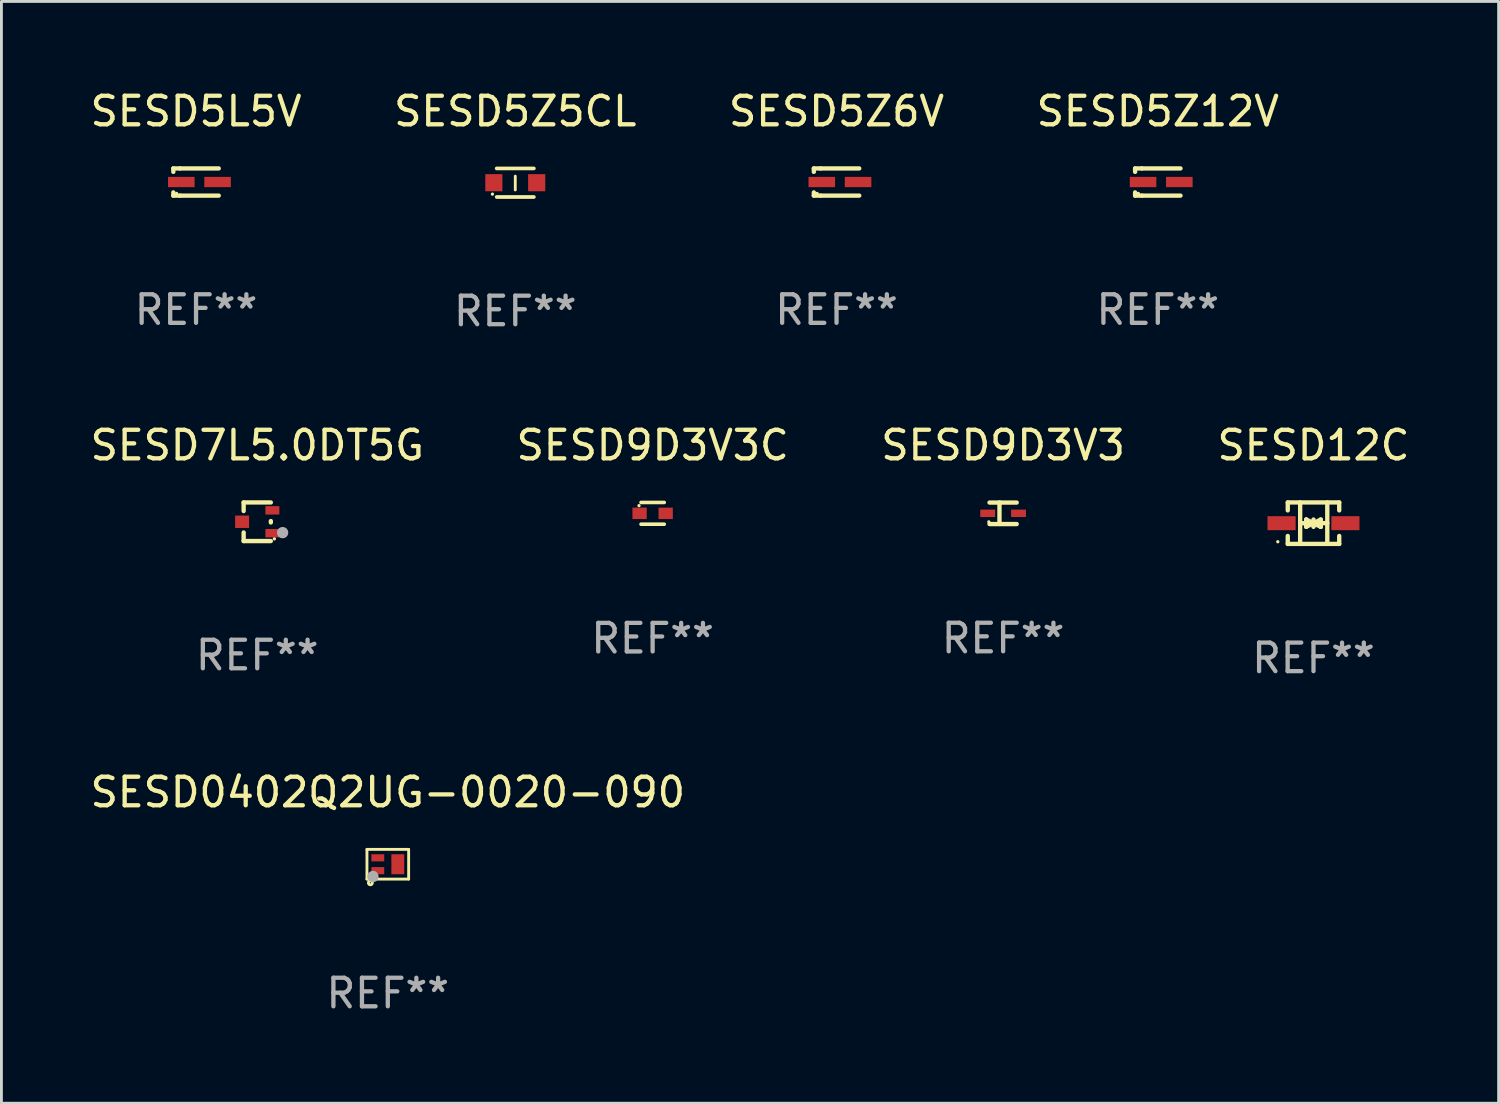
<source format=kicad_pcb>
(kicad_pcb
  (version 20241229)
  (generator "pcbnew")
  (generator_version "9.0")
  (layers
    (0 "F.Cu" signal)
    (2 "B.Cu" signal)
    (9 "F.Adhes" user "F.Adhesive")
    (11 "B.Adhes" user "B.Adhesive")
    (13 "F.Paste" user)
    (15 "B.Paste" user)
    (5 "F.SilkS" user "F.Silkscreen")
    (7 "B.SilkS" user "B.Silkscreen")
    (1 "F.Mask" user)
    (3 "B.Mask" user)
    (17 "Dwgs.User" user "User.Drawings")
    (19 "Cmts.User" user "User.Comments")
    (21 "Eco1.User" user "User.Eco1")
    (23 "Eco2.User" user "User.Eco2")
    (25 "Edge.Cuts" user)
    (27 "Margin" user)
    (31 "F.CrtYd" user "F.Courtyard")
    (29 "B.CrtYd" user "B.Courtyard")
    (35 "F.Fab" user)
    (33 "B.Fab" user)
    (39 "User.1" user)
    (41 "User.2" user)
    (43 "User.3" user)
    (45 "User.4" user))
  (footprint "SESD5Z12V"
    (layer "F.Cu")
    (at 37.494 3.324)
    (property "Reference" "SESD5Z12V" (at 0 -2.476 0) (layer "F.SilkS") (effects (font (size 1 1) (thickness 0.15))))
    (attr through_hole)
    (fp_line (start -0.795 -0.476) (end -0.795 -0.356) (stroke (width 0.152) (type solid)) (layer "F.SilkS"))
    (fp_line (start -0.795 0.363) (end -0.795 0.476) (stroke (width 0.152) (type solid)) (layer "F.SilkS"))
    (fp_line (start -0.795 0.476) (end -0.557 0.476) (stroke (width 0.152) (type solid)) (layer "F.SilkS"))
    (fp_line (start -0.557 -0.476) (end -0.795 -0.476) (stroke (width 0.152) (type solid)) (layer "F.SilkS"))
    (fp_line (start -0.557 -0.476) (end 0.795 -0.476) (stroke (width 0.152) (type solid)) (layer "F.SilkS"))
    (fp_line (start -0.557 0.476) (end 0.795 0.476) (stroke (width 0.152) (type solid)) (layer "F.SilkS"))
    (fp_circle (center -0.681 0.4) (end -0.651 0.4) (stroke (width 0.06) (type solid)) (fill no) (layer "F.SilkS"))
    (fp_text user "REF**" (at 0 4.476 0) (layer "F.Fab") (effects (font (size 1 1) (thickness 0.15))))
    (pad "1" smd rect (at -0.516 0 180) (size 0.93 0.36) (layers "F.Cu" "F.Mask" "F.Paste"))
    (pad "2" smd rect (at 0.754 0 180) (size 0.93 0.36) (layers "F.Cu" "F.Mask" "F.Paste")))
  (footprint "SESD9D3V3"
    (layer "F.Cu")
    (at 32.077 14.923)
    (property "Reference" "SESD9D3V3" (at 0 -2.379 0) (layer "F.SilkS") (effects (font (size 1 1) (thickness 0.15))))
    (attr through_hole)
    (fp_line (start -0.476 -0.374) (end 0.476 -0.374) (stroke (width 0.152) (type solid)) (layer "F.SilkS"))
    (fp_line (start -0.476 0.379) (end 0.476 0.379) (stroke (width 0.152) (type solid)) (layer "F.SilkS"))
    (fp_line (start -0.127 -0.379) (end -0.127 0.374) (stroke (width 0.152) (type solid)) (layer "F.SilkS"))
    (fp_circle (center -0.5 0.302) (end -0.47 0.302) (stroke (width 0.06) (type solid)) (fill no) (layer "F.SilkS"))
    (fp_text user "REF**" (at 0 4.379 0) (layer "F.Fab") (effects (font (size 1 1) (thickness 0.15))))
    (pad "1" smd rect (at -0.54 0.002 180) (size 0.52 0.26) (layers "F.Cu" "F.Mask" "F.Paste"))
    (pad "2" smd rect (at 0.54 0.002 180) (size 0.52 0.26) (layers "F.Cu" "F.Mask" "F.Paste")))
  (footprint "SESD12C"
    (layer "F.Cu")
    (at 42.946 15.271)
    (property "Reference" "SESD12C" (at 0 -2.726 0) (layer "F.SilkS") (effects (font (size 1 1) (thickness 0.15))))
    (attr through_hole)
    (fp_line (start -0.901 -0.726) (end -0.901 -0.448) (stroke (width 0.152) (type solid)) (layer "F.SilkS"))
    (fp_line (start -0.901 0.726) (end -0.901 0.448) (stroke (width 0.152) (type solid)) (layer "F.SilkS"))
    (fp_line (start -0.467 0) (end 0.483 -0.003) (stroke (width 0.154) (type solid)) (layer "F.SilkS"))
    (fp_line (start -0.467 0.726) (end -0.467 -0.726) (stroke (width 0.152) (type solid)) (layer "F.SilkS"))
    (fp_line (start -0.254 -0.127) (end -0.254 -0.127) (stroke (width 0.154) (type solid)) (layer "F.SilkS"))
    (fp_line (start -0.254 -0.127) (end -0.002 -0.003) (stroke (width 0.154) (type solid)) (layer "F.SilkS"))
    (fp_line (start -0.254 0.127) (end -0.254 -0.127) (stroke (width 0.154) (type solid)) (layer "F.SilkS"))
    (fp_line (start -0.127 0) (end 0.003 0) (stroke (width 0.154) (type solid)) (layer "F.SilkS"))
    (fp_line (start -0.003 0) (end -0.254 0.127) (stroke (width 0.154) (type solid)) (layer "F.SilkS"))
    (fp_line (start 0 -0.127) (end 0 0.127) (stroke (width 0.154) (type solid)) (layer "F.SilkS"))
    (fp_line (start 0.003 0) (end 0.254 -0.127) (stroke (width 0.154) (type solid)) (layer "F.SilkS"))
    (fp_line (start 0.127 0) (end -0.003 0) (stroke (width 0.154) (type solid)) (layer "F.SilkS"))
    (fp_line (start 0.254 -0.127) (end 0.254 0.127) (stroke (width 0.154) (type solid)) (layer "F.SilkS"))
    (fp_line (start 0.254 0.127) (end 0.002 0.003) (stroke (width 0.154) (type solid)) (layer "F.SilkS"))
    (fp_line (start 0.254 0.127) (end 0.254 0.127) (stroke (width 0.154) (type solid)) (layer "F.SilkS"))
    (fp_line (start 0.483 0.726) (end 0.483 -0.726) (stroke (width 0.152) (type solid)) (layer "F.SilkS"))
    (fp_line (start 0.901 -0.726) (end -0.901 -0.726) (stroke (width 0.152) (type solid)) (layer "F.SilkS"))
    (fp_line (start 0.901 -0.726) (end 0.901 -0.448) (stroke (width 0.152) (type solid)) (layer "F.SilkS"))
    (fp_line (start 0.901 0.726) (end -0.901 0.726) (stroke (width 0.152) (type solid)) (layer "F.SilkS"))
    (fp_line (start 0.901 0.726) (end 0.901 0.448) (stroke (width 0.152) (type solid)) (layer "F.SilkS"))
    (fp_circle (center -1.25 0.65) (end -1.22 0.65) (stroke (width 0.06) (type solid)) (fill no) (layer "F.SilkS"))
    (fp_text user "REF**" (at 0 4.726 0) (layer "F.Fab") (effects (font (size 1 1) (thickness 0.15))))
    (pad "1" smd rect (at -1.118 0) (size 0.985 0.49) (layers "F.Cu" "F.Mask" "F.Paste"))
    (pad "2" smd rect (at 1.118 0) (size 0.985 0.49) (layers "F.Cu" "F.Mask" "F.Paste")))
  (footprint "SESD5Z5CL"
    (layer "F.Cu")
    (at 14.994 3.348)
    (property "Reference" "SESD5Z5CL" (at 0 -2.5 0) (layer "F.SilkS") (effects (font (size 1 1) (thickness 0.15))))
    (attr through_hole)
    (fp_line (start -0.65 -0.5) (end 0.65 -0.5) (stroke (width 0.13) (type solid)) (layer "F.SilkS"))
    (fp_line (start -0.65 0.5) (end 0.65 0.5) (stroke (width 0.13) (type solid)) (layer "F.SilkS"))
    (fp_line (start 0 -0.229) (end 0 0.254) (stroke (width 0.1) (type solid)) (layer "F.SilkS"))
    (fp_circle (center -0.8 0.4) (end -0.77 0.4) (stroke (width 0.06) (type solid)) (fill no) (layer "F.SilkS"))
    (fp_text user "REF**" (at 0 4.5 0) (layer "F.Fab") (effects (font (size 1 1) (thickness 0.15))))
    (pad "1" smd rect (at -0.75 0) (size 0.6 0.6) (layers "F.Cu" "F.Mask" "F.Paste"))
    (pad "2" smd rect (at 0.75 0 180) (size 0.6 0.6) (layers "F.Cu" "F.Mask" "F.Paste")))
  (footprint "SESD5Z6V"
    (layer "F.Cu")
    (at 26.244 3.324)
    (property "Reference" "SESD5Z6V" (at 0 -2.476 0) (layer "F.SilkS") (effects (font (size 1 1) (thickness 0.15))))
    (attr through_hole)
    (fp_line (start -0.795 -0.476) (end -0.795 -0.356) (stroke (width 0.152) (type solid)) (layer "F.SilkS"))
    (fp_line (start -0.795 0.363) (end -0.795 0.476) (stroke (width 0.152) (type solid)) (layer "F.SilkS"))
    (fp_line (start -0.795 0.476) (end -0.557 0.476) (stroke (width 0.152) (type solid)) (layer "F.SilkS"))
    (fp_line (start -0.557 -0.476) (end -0.795 -0.476) (stroke (width 0.152) (type solid)) (layer "F.SilkS"))
    (fp_line (start -0.557 -0.476) (end 0.795 -0.476) (stroke (width 0.152) (type solid)) (layer "F.SilkS"))
    (fp_line (start -0.557 0.476) (end 0.795 0.476) (stroke (width 0.152) (type solid)) (layer "F.SilkS"))
    (fp_circle (center -0.681 0.4) (end -0.651 0.4) (stroke (width 0.06) (type solid)) (fill no) (layer "F.SilkS"))
    (fp_text user "REF**" (at 0 4.476 0) (layer "F.Fab") (effects (font (size 1 1) (thickness 0.15))))
    (pad "1" smd rect (at -0.516 0 180) (size 0.93 0.36) (layers "F.Cu" "F.Mask" "F.Paste"))
    (pad "2" smd rect (at 0.754 0 180) (size 0.93 0.36) (layers "F.Cu" "F.Mask" "F.Paste")))
  (footprint "SESD7L5.0DT5G"
    (layer "F.Cu")
    (at 5.958 15.221)
    (property "Reference" "SESD7L5.0DT5G" (at 0 -2.676 0) (layer "F.SilkS") (effects (font (size 1 1) (thickness 0.15))))
    (attr through_hole)
    (fp_line (start -0.476 -0.676) (end -0.476 -0.376) (stroke (width 0.152) (type solid)) (layer "F.SilkS"))
    (fp_line (start -0.476 0.676) (end -0.476 0.376) (stroke (width 0.152) (type solid)) (layer "F.SilkS"))
    (fp_line (start 0.476 -0.676) (end -0.476 -0.676) (stroke (width 0.152) (type solid)) (layer "F.SilkS"))
    (fp_line (start 0.476 -0.024) (end 0.476 0.024) (stroke (width 0.152) (type solid)) (layer "F.SilkS"))
    (fp_line (start 0.476 0.676) (end -0.476 0.676) (stroke (width 0.152) (type solid)) (layer "F.SilkS"))
    (fp_circle (center 0.6 0.6) (end 0.63 0.6) (stroke (width 0.06) (type solid)) (fill no) (layer "F.SilkS"))
    (fp_circle (center 0.889 0.381) (end 0.989 0.381) (stroke (width 0.2) (type solid)) (fill no) (layer "F.Fab"))
    (fp_text user "REF**" (at 0 4.676 0) (layer "F.Fab") (effects (font (size 1 1) (thickness 0.15))))
    (pad "1" smd rect (at 0.53 0.4) (size 0.489 0.294) (layers "F.Cu" "F.Mask" "F.Paste"))
    (pad "2" smd rect (at 0.53 -0.4) (size 0.489 0.294) (layers "F.Cu" "F.Mask" "F.Paste"))
    (pad "3" smd rect (at -0.53 0) (size 0.489 0.434) (layers "F.Cu" "F.Mask" "F.Paste")))
  (footprint "SESD5L5V"
    (layer "F.Cu")
    (at 3.815 3.324)
    (property "Reference" "SESD5L5V" (at 0 -2.476 0) (layer "F.SilkS") (effects (font (size 1 1) (thickness 0.15))))
    (attr through_hole)
    (fp_line (start -0.795 -0.476) (end -0.795 -0.356) (stroke (width 0.152) (type solid)) (layer "F.SilkS"))
    (fp_line (start -0.795 0.363) (end -0.795 0.476) (stroke (width 0.152) (type solid)) (layer "F.SilkS"))
    (fp_line (start -0.795 0.476) (end -0.557 0.476) (stroke (width 0.152) (type solid)) (layer "F.SilkS"))
    (fp_line (start -0.557 -0.476) (end -0.795 -0.476) (stroke (width 0.152) (type solid)) (layer "F.SilkS"))
    (fp_line (start -0.557 -0.476) (end 0.795 -0.476) (stroke (width 0.152) (type solid)) (layer "F.SilkS"))
    (fp_line (start -0.557 0.476) (end 0.795 0.476) (stroke (width 0.152) (type solid)) (layer "F.SilkS"))
    (fp_circle (center -0.681 0.4) (end -0.651 0.4) (stroke (width 0.06) (type solid)) (fill no) (layer "F.SilkS"))
    (fp_text user "REF**" (at 0 4.476 0) (layer "F.Fab") (effects (font (size 1 1) (thickness 0.15))))
    (pad "1" smd rect (at -0.516 0 180) (size 0.93 0.36) (layers "F.Cu" "F.Mask" "F.Paste"))
    (pad "2" smd rect (at 0.754 0 180) (size 0.93 0.36) (layers "F.Cu" "F.Mask" "F.Paste")))
  (footprint "SESD0402Q2UG-0020-090"
    (layer "F.Cu")
    (at 10.53 27.214)
    (property "Reference" "SESD0402Q2UG-0020-090" (at 0 -2.52 0) (layer "F.SilkS") (effects (font (size 1 1) (thickness 0.15))))
    (attr through_hole)
    (fp_line (start -0.73 -0.52) (end -0.73 0.52) (stroke (width 0.1) (type solid)) (layer "F.SilkS"))
    (fp_line (start -0.73 -0.52) (end 0.73 -0.52) (stroke (width 0.1) (type solid)) (layer "F.SilkS"))
    (fp_line (start -0.73 0.52) (end 0.73 0.52) (stroke (width 0.1) (type solid)) (layer "F.SilkS"))
    (fp_line (start 0.73 -0.52) (end 0.73 0.52) (stroke (width 0.1) (type solid)) (layer "F.SilkS"))
    (fp_circle (center -0.61 0.65) (end -0.59 0.65) (stroke (width 0.1) (type solid)) (fill no) (layer "F.SilkS"))
    (fp_circle (center -0.5 0.3) (end -0.47 0.3) (stroke (width 0.06) (type solid)) (fill no) (layer "F.SilkS"))
    (fp_circle (center -0.52 0.43) (end -0.42 0.43) (stroke (width 0.2) (type solid)) (fill no) (layer "F.Fab"))
    (fp_text user "REF**" (at 0 4.52 0) (layer "F.Fab") (effects (font (size 1 1) (thickness 0.15))))
    (pad "1" smd rect (at -0.35 0.225 180) (size 0.45 0.25) (layers "F.Cu" "F.Mask" "F.Paste"))
    (pad "2" smd rect (at 0.35 -0.000013) (size 0.45 0.7) (layers "F.Cu" "F.Mask" "F.Paste"))
    (pad "3" smd rect (at -0.35 -0.225 180) (size 0.45 0.25) (layers "F.Cu" "F.Mask" "F.Paste")))
  (footprint "SESD9D3V3C"
    (layer "F.Cu")
    (at 19.804 14.926)
    (property "Reference" "SESD9D3V3C" (at 0 -2.381 0) (layer "F.SilkS") (effects (font (size 1 1) (thickness 0.15))))
    (attr through_hole)
    (fp_line (start -0.406 -0.381) (end 0.406 -0.381) (stroke (width 0.127) (type solid)) (layer "F.SilkS"))
    (fp_line (start 0.406 0.381) (end -0.406 0.381) (stroke (width 0.127) (type solid)) (layer "F.SilkS"))
    (fp_circle (center -0.477 -0.27) (end -0.447 -0.27) (stroke (width 0.06) (type solid)) (fill no) (layer "F.SilkS"))
    (fp_text user "REF**" (at 0 4.381 0) (layer "F.Fab") (effects (font (size 1 1) (thickness 0.15))))
    (pad "1" smd rect (at -0.457 0 90) (size 0.4 0.5) (layers "F.Cu" "F.Mask" "F.Paste"))
    (pad "2" smd rect (at 0.457 0 90) (size 0.4 0.5) (layers "F.Cu" "F.Mask" "F.Paste")))
  (gr_rect
    (start -3 -3)
    (end 49.429 35.582)
    (stroke (width 0.1) (type default))
    (fill no)
    (layer "Edge.Cuts")))
</source>
